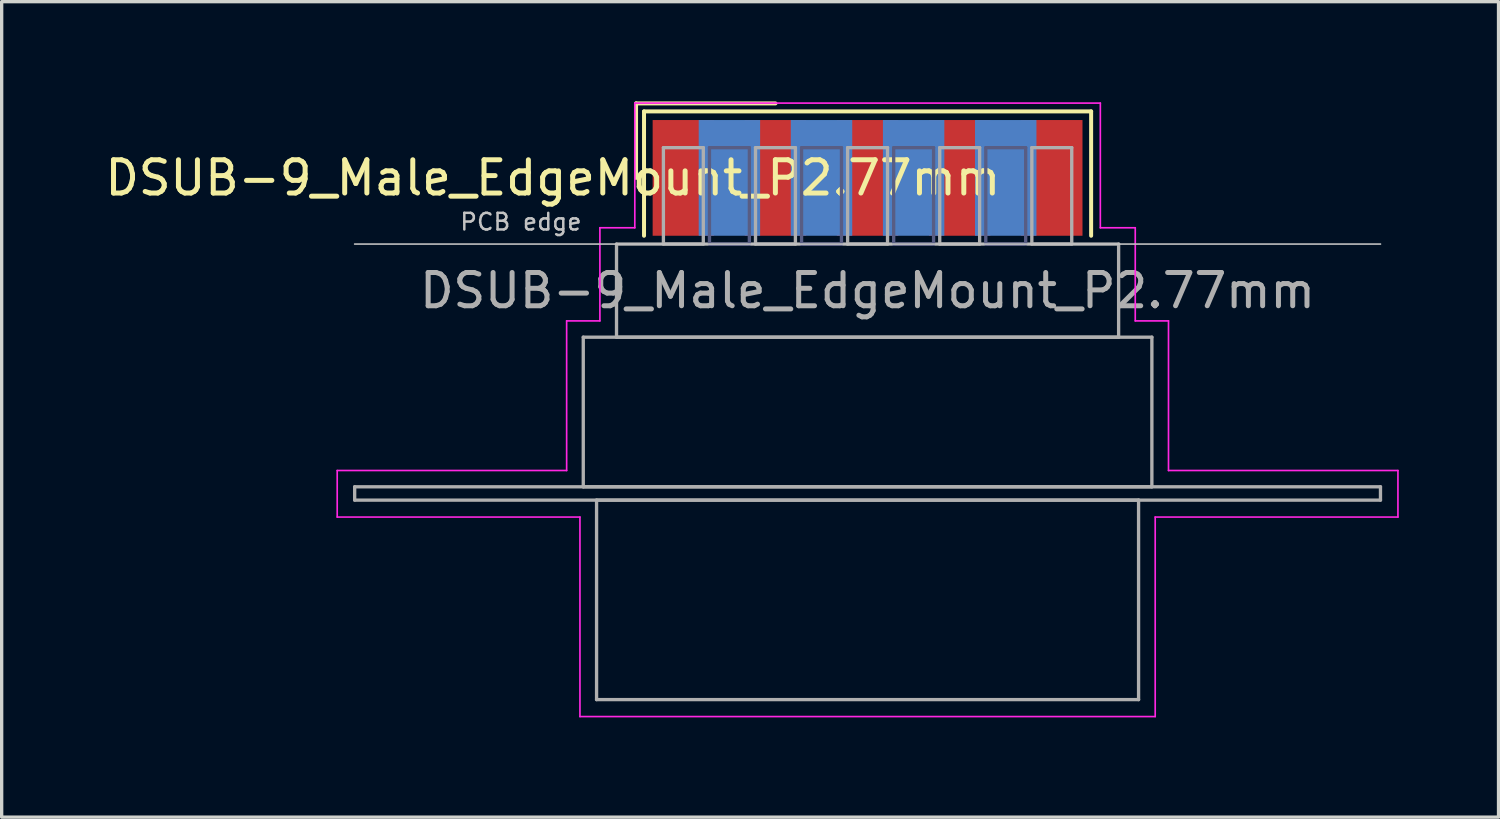
<source format=kicad_pcb>
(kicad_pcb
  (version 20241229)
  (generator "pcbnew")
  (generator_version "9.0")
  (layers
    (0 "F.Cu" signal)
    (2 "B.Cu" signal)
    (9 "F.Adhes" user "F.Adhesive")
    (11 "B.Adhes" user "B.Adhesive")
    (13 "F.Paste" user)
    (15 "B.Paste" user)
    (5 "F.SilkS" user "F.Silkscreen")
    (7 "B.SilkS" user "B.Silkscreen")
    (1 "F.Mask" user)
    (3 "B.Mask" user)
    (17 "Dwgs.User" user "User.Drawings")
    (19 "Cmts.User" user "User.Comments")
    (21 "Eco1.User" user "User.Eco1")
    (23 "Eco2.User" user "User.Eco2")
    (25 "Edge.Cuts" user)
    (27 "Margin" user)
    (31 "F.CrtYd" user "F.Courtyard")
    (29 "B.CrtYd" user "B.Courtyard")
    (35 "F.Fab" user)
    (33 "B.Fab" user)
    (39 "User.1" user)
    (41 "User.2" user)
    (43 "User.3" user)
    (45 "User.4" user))
  (footprint "DSUB-9_Male_EdgeMount_P2.77mm"
    (layer "F.Cu")
    (at 23.041 2.3)
    (property "Reference" "DSUB-9_Male_EdgeMount_P2.77mm" (at -9.463 0 0) (layer "F.SilkS") (effects (font (size 1 1) (thickness 0.15))))
    (attr smd)
    (fp_line (start -6.963 -2.24) (end -2.77 -2.24) (stroke (width 0.12) (type solid)) (layer "F.SilkS"))
    (fp_line (start -6.963 0) (end -6.963 -2.24) (stroke (width 0.12) (type solid)) (layer "F.SilkS"))
    (fp_line (start -6.723 -2) (end -6.723 1.74) (stroke (width 0.12) (type solid)) (layer "F.SilkS"))
    (fp_line (start 6.723 -2) (end -6.723 -2) (stroke (width 0.12) (type solid)) (layer "F.SilkS"))
    (fp_line (start 6.723 1.74) (end 6.723 -2) (stroke (width 0.12) (type solid)) (layer "F.SilkS"))
    (fp_line (start -15.425 1.99) (end 15.425 1.99) (stroke (width 0.05) (type solid)) (layer "Dwgs.User"))
    (fp_line (start -15.95 8.8) (end -9.05 8.8) (stroke (width 0.05) (type solid)) (layer "F.CrtYd"))
    (fp_line (start -15.95 10.2) (end -15.95 8.8) (stroke (width 0.05) (type solid)) (layer "F.CrtYd"))
    (fp_line (start -9.05 4.3) (end -8.05 4.3) (stroke (width 0.05) (type solid)) (layer "F.CrtYd"))
    (fp_line (start -9.05 8.8) (end -9.05 4.3) (stroke (width 0.05) (type solid)) (layer "F.CrtYd"))
    (fp_line (start -8.65 10.2) (end -15.95 10.2) (stroke (width 0.05) (type solid)) (layer "F.CrtYd"))
    (fp_line (start -8.65 16.2) (end -8.65 10.2) (stroke (width 0.05) (type solid)) (layer "F.CrtYd"))
    (fp_line (start -8.05 1.5) (end -7 1.5) (stroke (width 0.05) (type solid)) (layer "F.CrtYd"))
    (fp_line (start -8.05 4.3) (end -8.05 1.5) (stroke (width 0.05) (type solid)) (layer "F.CrtYd"))
    (fp_line (start -7 -2.25) (end 7 -2.25) (stroke (width 0.05) (type solid)) (layer "F.CrtYd"))
    (fp_line (start -7 1.5) (end -7 -2.25) (stroke (width 0.05) (type solid)) (layer "F.CrtYd"))
    (fp_line (start 7 -2.25) (end 7 1.5) (stroke (width 0.05) (type solid)) (layer "F.CrtYd"))
    (fp_line (start 7 1.5) (end 8.05 1.5) (stroke (width 0.05) (type solid)) (layer "F.CrtYd"))
    (fp_line (start 8.05 1.5) (end 8.05 4.3) (stroke (width 0.05) (type solid)) (layer "F.CrtYd"))
    (fp_line (start 8.05 4.3) (end 9.05 4.3) (stroke (width 0.05) (type solid)) (layer "F.CrtYd"))
    (fp_line (start 8.65 10.2) (end 8.65 16.2) (stroke (width 0.05) (type solid)) (layer "F.CrtYd"))
    (fp_line (start 8.65 16.2) (end -8.65 16.2) (stroke (width 0.05) (type solid)) (layer "F.CrtYd"))
    (fp_line (start 9.05 4.3) (end 9.05 8.8) (stroke (width 0.05) (type solid)) (layer "F.CrtYd"))
    (fp_line (start 9.05 8.8) (end 15.95 8.8) (stroke (width 0.05) (type solid)) (layer "F.CrtYd"))
    (fp_line (start 15.95 8.8) (end 15.95 10.2) (stroke (width 0.05) (type solid)) (layer "F.CrtYd"))
    (fp_line (start 15.95 10.2) (end 8.65 10.2) (stroke (width 0.05) (type solid)) (layer "F.CrtYd"))
    (fp_line (start -4.755 -0.91) (end -4.755 1.99) (stroke (width 0.1) (type solid)) (layer "B.Fab"))
    (fp_line (start -4.755 1.99) (end -3.555 1.99) (stroke (width 0.1) (type solid)) (layer "B.Fab"))
    (fp_line (start -3.555 -0.91) (end -4.755 -0.91) (stroke (width 0.1) (type solid)) (layer "B.Fab"))
    (fp_line (start -3.555 1.99) (end -3.555 -0.91) (stroke (width 0.1) (type solid)) (layer "B.Fab"))
    (fp_line (start -1.985 -0.91) (end -1.985 1.99) (stroke (width 0.1) (type solid)) (layer "B.Fab"))
    (fp_line (start -1.985 1.99) (end -0.785 1.99) (stroke (width 0.1) (type solid)) (layer "B.Fab"))
    (fp_line (start -0.785 -0.91) (end -1.985 -0.91) (stroke (width 0.1) (type solid)) (layer "B.Fab"))
    (fp_line (start -0.785 1.99) (end -0.785 -0.91) (stroke (width 0.1) (type solid)) (layer "B.Fab"))
    (fp_line (start 0.785 -0.91) (end 0.785 1.99) (stroke (width 0.1) (type solid)) (layer "B.Fab"))
    (fp_line (start 0.785 1.99) (end 1.985 1.99) (stroke (width 0.1) (type solid)) (layer "B.Fab"))
    (fp_line (start 1.985 -0.91) (end 0.785 -0.91) (stroke (width 0.1) (type solid)) (layer "B.Fab"))
    (fp_line (start 1.985 1.99) (end 1.985 -0.91) (stroke (width 0.1) (type solid)) (layer "B.Fab"))
    (fp_line (start 3.555 -0.91) (end 3.555 1.99) (stroke (width 0.1) (type solid)) (layer "B.Fab"))
    (fp_line (start 3.555 1.99) (end 4.755 1.99) (stroke (width 0.1) (type solid)) (layer "B.Fab"))
    (fp_line (start 4.755 -0.91) (end 3.555 -0.91) (stroke (width 0.1) (type solid)) (layer "B.Fab"))
    (fp_line (start 4.755 1.99) (end 4.755 -0.91) (stroke (width 0.1) (type solid)) (layer "B.Fab"))
    (fp_line (start -15.425 9.29) (end -15.425 9.69) (stroke (width 0.1) (type solid)) (layer "F.Fab"))
    (fp_line (start -15.425 9.69) (end 15.425 9.69) (stroke (width 0.1) (type solid)) (layer "F.Fab"))
    (fp_line (start -8.55 4.79) (end -8.55 9.29) (stroke (width 0.1) (type solid)) (layer "F.Fab"))
    (fp_line (start -8.55 9.29) (end 8.55 9.29) (stroke (width 0.1) (type solid)) (layer "F.Fab"))
    (fp_line (start -8.15 9.69) (end -8.15 15.69) (stroke (width 0.1) (type solid)) (layer "F.Fab"))
    (fp_line (start -8.15 15.69) (end 8.15 15.69) (stroke (width 0.1) (type solid)) (layer "F.Fab"))
    (fp_line (start -7.55 1.99) (end -7.55 4.79) (stroke (width 0.1) (type solid)) (layer "F.Fab"))
    (fp_line (start -7.55 4.79) (end 7.55 4.79) (stroke (width 0.1) (type solid)) (layer "F.Fab"))
    (fp_line (start -6.14 -0.91) (end -6.14 1.99) (stroke (width 0.1) (type solid)) (layer "F.Fab"))
    (fp_line (start -6.14 1.99) (end -4.94 1.99) (stroke (width 0.1) (type solid)) (layer "F.Fab"))
    (fp_line (start -4.94 -0.91) (end -6.14 -0.91) (stroke (width 0.1) (type solid)) (layer "F.Fab"))
    (fp_line (start -4.94 1.99) (end -4.94 -0.91) (stroke (width 0.1) (type solid)) (layer "F.Fab"))
    (fp_line (start -3.37 -0.91) (end -3.37 1.99) (stroke (width 0.1) (type solid)) (layer "F.Fab"))
    (fp_line (start -3.37 1.99) (end -2.17 1.99) (stroke (width 0.1) (type solid)) (layer "F.Fab"))
    (fp_line (start -2.17 -0.91) (end -3.37 -0.91) (stroke (width 0.1) (type solid)) (layer "F.Fab"))
    (fp_line (start -2.17 1.99) (end -2.17 -0.91) (stroke (width 0.1) (type solid)) (layer "F.Fab"))
    (fp_line (start -0.6 -0.91) (end -0.6 1.99) (stroke (width 0.1) (type solid)) (layer "F.Fab"))
    (fp_line (start -0.6 1.99) (end 0.6 1.99) (stroke (width 0.1) (type solid)) (layer "F.Fab"))
    (fp_line (start 0.6 -0.91) (end -0.6 -0.91) (stroke (width 0.1) (type solid)) (layer "F.Fab"))
    (fp_line (start 0.6 1.99) (end 0.6 -0.91) (stroke (width 0.1) (type solid)) (layer "F.Fab"))
    (fp_line (start 2.17 -0.91) (end 2.17 1.99) (stroke (width 0.1) (type solid)) (layer "F.Fab"))
    (fp_line (start 2.17 1.99) (end 3.37 1.99) (stroke (width 0.1) (type solid)) (layer "F.Fab"))
    (fp_line (start 3.37 -0.91) (end 2.17 -0.91) (stroke (width 0.1) (type solid)) (layer "F.Fab"))
    (fp_line (start 3.37 1.99) (end 3.37 -0.91) (stroke (width 0.1) (type solid)) (layer "F.Fab"))
    (fp_line (start 4.94 -0.91) (end 4.94 1.99) (stroke (width 0.1) (type solid)) (layer "F.Fab"))
    (fp_line (start 4.94 1.99) (end 6.14 1.99) (stroke (width 0.1) (type solid)) (layer "F.Fab"))
    (fp_line (start 6.14 -0.91) (end 4.94 -0.91) (stroke (width 0.1) (type solid)) (layer "F.Fab"))
    (fp_line (start 6.14 1.99) (end 6.14 -0.91) (stroke (width 0.1) (type solid)) (layer "F.Fab"))
    (fp_line (start 7.55 1.99) (end -7.55 1.99) (stroke (width 0.1) (type solid)) (layer "F.Fab"))
    (fp_line (start 7.55 4.79) (end 7.55 1.99) (stroke (width 0.1) (type solid)) (layer "F.Fab"))
    (fp_line (start 8.15 9.69) (end -8.15 9.69) (stroke (width 0.1) (type solid)) (layer "F.Fab"))
    (fp_line (start 8.15 15.69) (end 8.15 9.69) (stroke (width 0.1) (type solid)) (layer "F.Fab"))
    (fp_line (start 8.55 4.79) (end -8.55 4.79) (stroke (width 0.1) (type solid)) (layer "F.Fab"))
    (fp_line (start 8.55 9.29) (end 8.55 4.79) (stroke (width 0.1) (type solid)) (layer "F.Fab"))
    (fp_line (start 15.425 9.29) (end -15.425 9.29) (stroke (width 0.1) (type solid)) (layer "F.Fab"))
    (fp_line (start 15.425 9.69) (end 15.425 9.29) (stroke (width 0.1) (type solid)) (layer "F.Fab"))
    (fp_text user "PCB edge" (at -10.425 1.323 0) (layer "Dwgs.User") (effects (font (size 0.5 0.5) (thickness 0.075))))
    (fp_text user "${REFERENCE}" (at 0 3.39 0) (layer "F.Fab") (effects (font (size 1 1) (thickness 0.15))))
    (pad "1" smd rect (at -5.54 0) (size 1.847 3.48) (layers "F.Cu" "F.Mask"))
    (pad "2" smd rect (at -2.77 0) (size 1.847 3.48) (layers "F.Cu" "F.Mask"))
    (pad "3" smd rect (at 0 0) (size 1.847 3.48) (layers "F.Cu" "F.Mask"))
    (pad "4" smd rect (at 2.77 0) (size 1.847 3.48) (layers "F.Cu" "F.Mask"))
    (pad "5" smd rect (at 5.54 0) (size 1.847 3.48) (layers "F.Cu" "F.Mask"))
    (pad "6" smd rect (at -4.155 0) (size 1.847 3.48) (layers "B.Cu" "B.Mask"))
    (pad "7" smd rect (at -1.385 0) (size 1.847 3.48) (layers "B.Cu" "B.Mask"))
    (pad "8" smd rect (at 1.385 0) (size 1.847 3.48) (layers "B.Cu" "B.Mask"))
    (pad "9" smd rect (at 4.155 0) (size 1.847 3.48) (layers "B.Cu" "B.Mask")))
  (gr_rect
    (start -3 -3)
    (end 42.016 21.525)
    (stroke (width 0.1) (type default))
    (fill no)
    (layer "Edge.Cuts")))
</source>
